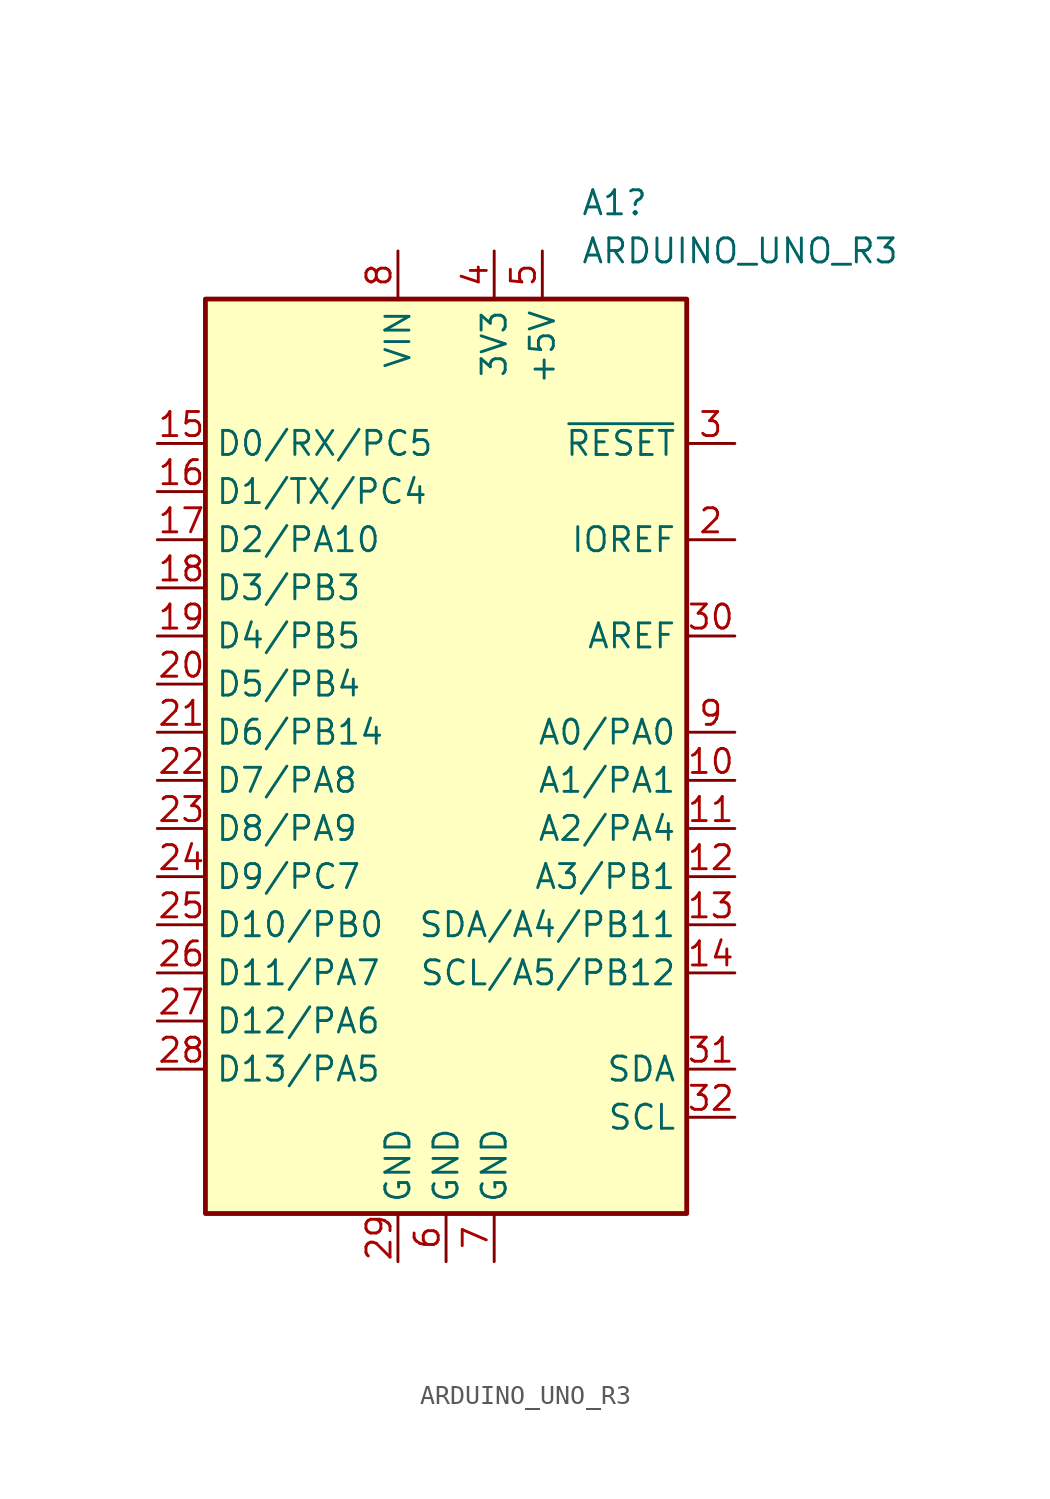
<source format=kicad_sym>
(kicad_symbol_lib
  (version 20231120)
  (generator "kicad_symbol_editor")
  (generator_version "8.0")
  (symbol "ARDUINO_UNO_R3"
    (property "Reference" "A1"
      (at 7.099 27.94 0)
      (effects (font (size 1.27 1.27)) (justify left)))
    (property "Value" "ARDUINO_UNO_R3"
      (at 7.099 25.4 0)
      (effects (font (size 1.27 1.27)) (justify left)))
    (symbol "ARDUINO_UNO_R3_0_1"
      (rectangle (start -12.7 22.86) (end 12.7 -25.4) (stroke (width 0.254) (type default)) (fill (type background))))
    (symbol "ARDUINO_UNO_R3_1_1"
      (pin no_connect line (at -12.7 -20.32 0) (length 2.54) hide (name "NC" (effects (font (size 1.27 1.27)))) (number "1" (effects (font (size 1.27 1.27)))))
      (pin bidirectional line (at 15.24 -2.54 180) (length 2.54) (name "A1/PA1" (effects (font (size 1.27 1.27)))) (number "10" (effects (font (size 1.27 1.27)))))
      (pin bidirectional line (at 15.24 -5.08 180) (length 2.54) (name "A2/PA4" (effects (font (size 1.27 1.27)))) (number "11" (effects (font (size 1.27 1.27)))))
      (pin bidirectional line (at 15.24 -7.62 180) (length 2.54) (name "A3/PB1" (effects (font (size 1.27 1.27)))) (number "12" (effects (font (size 1.27 1.27)))))
      (pin bidirectional line (at 15.24 -10.16 180) (length 2.54) (name "SDA/A4/PB11" (effects (font (size 1.27 1.27)))) (number "13" (effects (font (size 1.27 1.27)))))
      (pin bidirectional line (at 15.24 -12.7 180) (length 2.54) (name "SCL/A5/PB12" (effects (font (size 1.27 1.27)))) (number "14" (effects (font (size 1.27 1.27)))))
      (pin bidirectional line (at -15.24 15.24 0) (length 2.54) (name "D0/RX/PC5" (effects (font (size 1.27 1.27)))) (number "15" (effects (font (size 1.27 1.27)))))
      (pin bidirectional line (at -15.24 12.7 0) (length 2.54) (name "D1/TX/PC4" (effects (font (size 1.27 1.27)))) (number "16" (effects (font (size 1.27 1.27)))))
      (pin bidirectional line (at -15.24 10.16 0) (length 2.54) (name "D2/PA10" (effects (font (size 1.27 1.27)))) (number "17" (effects (font (size 1.27 1.27)))))
      (pin bidirectional line (at -15.24 7.62 0) (length 2.54) (name "D3/PB3" (effects (font (size 1.27 1.27)))) (number "18" (effects (font (size 1.27 1.27)))))
      (pin bidirectional line (at -15.24 5.08 0) (length 2.54) (name "D4/PB5" (effects (font (size 1.27 1.27)))) (number "19" (effects (font (size 1.27 1.27)))))
      (pin output line (at 15.24 10.16 180) (length 2.54) (name "IOREF" (effects (font (size 1.27 1.27)))) (number "2" (effects (font (size 1.27 1.27)))))
      (pin bidirectional line (at -15.24 2.54 0) (length 2.54) (name "D5/PB4" (effects (font (size 1.27 1.27)))) (number "20" (effects (font (size 1.27 1.27)))))
      (pin bidirectional line (at -15.24 0 0) (length 2.54) (name "D6/PB14" (effects (font (size 1.27 1.27)))) (number "21" (effects (font (size 1.27 1.27)))))
      (pin bidirectional line (at -15.24 -2.54 0) (length 2.54) (name "D7/PA8" (effects (font (size 1.27 1.27)))) (number "22" (effects (font (size 1.27 1.27)))))
      (pin bidirectional line (at -15.24 -5.08 0) (length 2.54) (name "D8/PA9" (effects (font (size 1.27 1.27)))) (number "23" (effects (font (size 1.27 1.27)))))
      (pin bidirectional line (at -15.24 -7.62 0) (length 2.54) (name "D9/PC7" (effects (font (size 1.27 1.27)))) (number "24" (effects (font (size 1.27 1.27)))))
      (pin bidirectional line (at -15.24 -10.16 0) (length 2.54) (name "D10/PB0" (effects (font (size 1.27 1.27)))) (number "25" (effects (font (size 1.27 1.27)))))
      (pin bidirectional line (at -15.24 -12.7 0) (length 2.54) (name "D11/PA7" (effects (font (size 1.27 1.27)))) (number "26" (effects (font (size 1.27 1.27)))))
      (pin bidirectional line (at -15.24 -15.24 0) (length 2.54) (name "D12/PA6" (effects (font (size 1.27 1.27)))) (number "27" (effects (font (size 1.27 1.27)))))
      (pin bidirectional line (at -15.24 -17.78 0) (length 2.54) (name "D13/PA5" (effects (font (size 1.27 1.27)))) (number "28" (effects (font (size 1.27 1.27)))))
      (pin power_in line (at -2.54 -27.94 90) (length 2.54) (name "GND" (effects (font (size 1.27 1.27)))) (number "29" (effects (font (size 1.27 1.27)))))
      (pin input line (at 15.24 15.24 180) (length 2.54) (name "~{RESET}" (effects (font (size 1.27 1.27)))) (number "3" (effects (font (size 1.27 1.27)))))
      (pin input line (at 15.24 5.08 180) (length 2.54) (name "AREF" (effects (font (size 1.27 1.27)))) (number "30" (effects (font (size 1.27 1.27)))))
      (pin bidirectional line (at 15.24 -17.78 180) (length 2.54) (name "SDA" (effects (font (size 1.27 1.27)))) (number "31" (effects (font (size 1.27 1.27)))))
      (pin bidirectional line (at 15.24 -20.32 180) (length 2.54) (name "SCL" (effects (font (size 1.27 1.27)))) (number "32" (effects (font (size 1.27 1.27)))))
      (pin power_out line (at 2.54 25.4 270) (length 2.54) (name "3V3" (effects (font (size 1.27 1.27)))) (number "4" (effects (font (size 1.27 1.27)))))
      (pin power_out line (at 5.08 25.4 270) (length 2.54) (name "+5V" (effects (font (size 1.27 1.27)))) (number "5" (effects (font (size 1.27 1.27)))))
      (pin power_in line (at 0 -27.94 90) (length 2.54) (name "GND" (effects (font (size 1.27 1.27)))) (number "6" (effects (font (size 1.27 1.27)))))
      (pin power_in line (at 2.54 -27.94 90) (length 2.54) (name "GND" (effects (font (size 1.27 1.27)))) (number "7" (effects (font (size 1.27 1.27)))))
      (pin power_in line (at -2.54 25.4 270) (length 2.54) (name "VIN" (effects (font (size 1.27 1.27)))) (number "8" (effects (font (size 1.27 1.27)))))
      (pin bidirectional line (at 15.24 0 180) (length 2.54) (name "A0/PA0" (effects (font (size 1.27 1.27)))) (number "9" (effects (font (size 1.27 1.27))))))))
</source>
